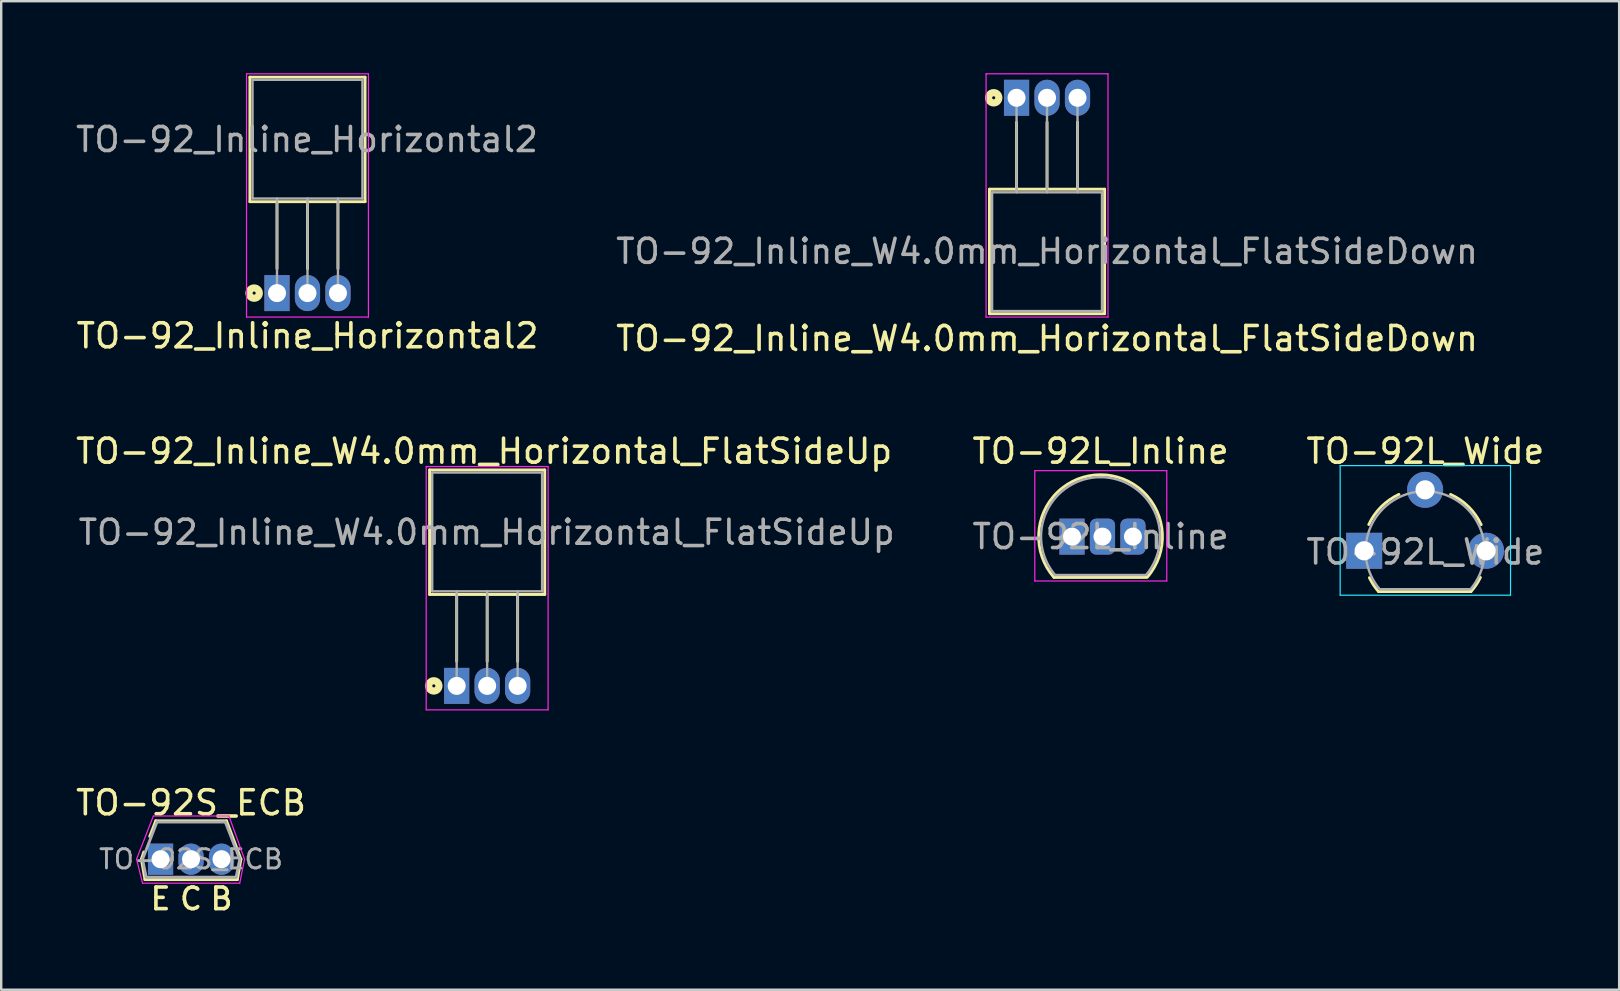
<source format=kicad_pcb>
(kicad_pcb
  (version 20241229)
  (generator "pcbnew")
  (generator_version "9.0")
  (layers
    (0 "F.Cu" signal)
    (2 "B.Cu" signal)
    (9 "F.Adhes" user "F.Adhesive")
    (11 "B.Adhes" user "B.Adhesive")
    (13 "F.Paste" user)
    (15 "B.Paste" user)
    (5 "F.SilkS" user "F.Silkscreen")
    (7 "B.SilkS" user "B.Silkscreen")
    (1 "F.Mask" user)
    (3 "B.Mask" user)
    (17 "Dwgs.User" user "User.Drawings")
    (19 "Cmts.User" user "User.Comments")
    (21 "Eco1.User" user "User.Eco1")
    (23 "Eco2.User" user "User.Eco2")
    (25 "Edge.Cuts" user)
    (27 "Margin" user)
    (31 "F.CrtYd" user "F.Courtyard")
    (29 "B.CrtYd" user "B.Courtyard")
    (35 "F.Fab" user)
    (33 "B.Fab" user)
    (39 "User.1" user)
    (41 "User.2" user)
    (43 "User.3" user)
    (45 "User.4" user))
  (footprint "TO-92_Inline_W4.0mm_Horizontal_FlatSideDown"
    (layer "F.Cu")
    (at 39.315 1.025)
    (property "Reference" "TO-92_Inline_W4.0mm_Horizontal_FlatSideDown" (at 1.27 10.033 0) (layer "F.SilkS") (effects (font (size 1 1) (thickness 0.15))))
    (attr through_hole)
    (fp_line (start -1.13 3.81) (end 3.67 3.81) (stroke (width 0.12) (type solid)) (layer "F.SilkS"))
    (fp_line (start -1.13 9) (end -1.13 3.81) (stroke (width 0.12) (type solid)) (layer "F.SilkS"))
    (fp_line (start 0 1.02) (end 0 3.81) (stroke (width 0.12) (type solid)) (layer "F.SilkS"))
    (fp_line (start 1.27 1.02) (end 1.27 3.81) (stroke (width 0.12) (type solid)) (layer "F.SilkS"))
    (fp_line (start 2.54 1.02) (end 2.54 3.81) (stroke (width 0.12) (type solid)) (layer "F.SilkS"))
    (fp_line (start 3.67 3.81) (end 3.67 9) (stroke (width 0.12) (type solid)) (layer "F.SilkS"))
    (fp_line (start 3.67 9) (end -1.13 9) (stroke (width 0.12) (type solid)) (layer "F.SilkS"))
    (fp_circle (center -0.953 0) (end -0.889 0) (stroke (width 0.3) (type solid)) (fill no) (layer "F.SilkS"))
    (fp_line (start -1.27 -1) (end -1.27 9.14) (stroke (width 0.05) (type solid)) (layer "F.CrtYd"))
    (fp_line (start -1.27 -1) (end 3.81 -1) (stroke (width 0.05) (type solid)) (layer "F.CrtYd"))
    (fp_line (start 3.81 9.14) (end -1.27 9.14) (stroke (width 0.05) (type solid)) (layer "F.CrtYd"))
    (fp_line (start 3.81 9.14) (end 3.81 -1) (stroke (width 0.05) (type solid)) (layer "F.CrtYd"))
    (fp_line (start -1.02 3.94) (end 3.56 3.94) (stroke (width 0.1) (type solid)) (layer "F.Fab"))
    (fp_line (start -1.02 8.89) (end -1.02 3.94) (stroke (width 0.1) (type solid)) (layer "F.Fab"))
    (fp_line (start 0 3.94) (end 0 0) (stroke (width 0.1) (type solid)) (layer "F.Fab"))
    (fp_line (start 1.27 3.94) (end 1.27 0) (stroke (width 0.1) (type solid)) (layer "F.Fab"))
    (fp_line (start 2.54 3.94) (end 2.54 0) (stroke (width 0.1) (type solid)) (layer "F.Fab"))
    (fp_line (start 3.56 3.94) (end 3.56 8.89) (stroke (width 0.1) (type solid)) (layer "F.Fab"))
    (fp_line (start 3.56 8.89) (end -1.02 8.89) (stroke (width 0.1) (type solid)) (layer "F.Fab"))
    (fp_text user "${REFERENCE}" (at 1.27 6.4 0) (layer "F.Fab") (effects (font (size 1 1) (thickness 0.15))))
    (pad "1" thru_hole rect (at 0 0) (size 1.05 1.5) (drill 0.75) (layers "*.Cu" "*.Mask"))
    (pad "2" thru_hole oval (at 1.27 0) (size 1.05 1.5) (drill 0.75) (layers "*.Cu" "*.Mask"))
    (pad "3" thru_hole oval (at 2.54 0) (size 1.05 1.5) (drill 0.75) (layers "*.Cu" "*.Mask")))
  (footprint "TO-92_Inline_Horizontal2"
    (layer "F.Cu")
    (at 8.494 9.165)
    (property "Reference" "TO-92_Inline_Horizontal2" (at 1.27 1.78 0) (layer "F.SilkS") (effects (font (size 1 1) (thickness 0.15))))
    (attr through_hole)
    (fp_line (start -1.13 -9) (end -1.13 -3.81) (stroke (width 0.12) (type solid)) (layer "F.SilkS"))
    (fp_line (start -1.13 -3.81) (end 3.67 -3.81) (stroke (width 0.12) (type solid)) (layer "F.SilkS"))
    (fp_line (start 0 -1.02) (end 0 -3.81) (stroke (width 0.12) (type solid)) (layer "F.SilkS"))
    (fp_line (start 1.27 -1.02) (end 1.27 -3.81) (stroke (width 0.12) (type solid)) (layer "F.SilkS"))
    (fp_line (start 2.54 -1.02) (end 2.54 -3.81) (stroke (width 0.12) (type solid)) (layer "F.SilkS"))
    (fp_line (start 3.67 -9) (end -1.13 -9) (stroke (width 0.12) (type solid)) (layer "F.SilkS"))
    (fp_line (start 3.67 -3.81) (end 3.67 -9) (stroke (width 0.12) (type solid)) (layer "F.SilkS"))
    (fp_circle (center -0.953 0) (end -0.889 0) (stroke (width 0.3) (type solid)) (fill no) (layer "F.SilkS"))
    (fp_line (start -1.27 -9.14) (end -1.27 1) (stroke (width 0.05) (type solid)) (layer "F.CrtYd"))
    (fp_line (start -1.27 -9.14) (end 3.81 -9.14) (stroke (width 0.05) (type solid)) (layer "F.CrtYd"))
    (fp_line (start 3.81 1) (end -1.27 1) (stroke (width 0.05) (type solid)) (layer "F.CrtYd"))
    (fp_line (start 3.81 1) (end 3.81 -9.14) (stroke (width 0.05) (type solid)) (layer "F.CrtYd"))
    (fp_line (start -1.02 -8.89) (end -1.02 -3.94) (stroke (width 0.1) (type solid)) (layer "F.Fab"))
    (fp_line (start -1.02 -3.94) (end 3.56 -3.94) (stroke (width 0.1) (type solid)) (layer "F.Fab"))
    (fp_line (start 0 -3.94) (end 0 0) (stroke (width 0.1) (type solid)) (layer "F.Fab"))
    (fp_line (start 1.27 -3.94) (end 1.27 0) (stroke (width 0.1) (type solid)) (layer "F.Fab"))
    (fp_line (start 2.54 -3.94) (end 2.54 0) (stroke (width 0.1) (type solid)) (layer "F.Fab"))
    (fp_line (start 3.56 -8.89) (end -1.02 -8.89) (stroke (width 0.1) (type solid)) (layer "F.Fab"))
    (fp_line (start 3.56 -3.94) (end 3.56 -8.89) (stroke (width 0.1) (type solid)) (layer "F.Fab"))
    (fp_text user "${REFERENCE}" (at 1.25 -6.4 0) (layer "F.Fab") (effects (font (size 1 1) (thickness 0.15))))
    (pad "1" thru_hole rect (at 0 0) (size 1.05 1.5) (drill 0.75) (layers "*.Cu" "*.Mask"))
    (pad "2" thru_hole oval (at 1.27 0) (size 1.05 1.5) (drill 0.75) (layers "*.Cu" "*.Mask"))
    (pad "3" thru_hole oval (at 2.54 0) (size 1.05 1.5) (drill 0.75) (layers "*.Cu" "*.Mask")))
  (footprint "TO-92L_Wide"
    (layer "F.Cu")
    (at 53.801 19.904)
    (property "Reference" "TO-92L_Wide" (at 2.55 -4.15 0) (layer "F.SilkS") (effects (font (size 1 1) (thickness 0.15))))
    (attr through_hole)
    (fp_line (start 0.6 1.7) (end 4.45 1.7) (stroke (width 0.12) (type solid)) (layer "F.SilkS"))
    (fp_arc (start 0.192226 -1.094786) (mid 0.710119 -1.833613) (end 1.45 -2.35) (stroke (width 0.12) (type solid)) (layer "F.SilkS"))
    (fp_arc (start 0.6 1.7) (mid 0.389183 1.423933) (end 0.217369 1.122045) (stroke (width 0.12) (type solid)) (layer "F.SilkS"))
    (fp_arc (start 3.6 -2.35) (mid 4.351408 -1.834367) (end 4.876463 -1.089513) (stroke (width 0.12) (type solid)) (layer "F.SilkS"))
    (fp_arc (start 4.842383 1.112264) (mid 4.666594 1.419753) (end 4.45 1.7) (stroke (width 0.12) (type solid)) (layer "F.SilkS"))
    (fp_line (start -1 -3.55) (end -1 1.85) (stroke (width 0.05) (type solid)) (layer "B.CrtYd"))
    (fp_line (start -1 1.85) (end 6.1 1.85) (stroke (width 0.05) (type solid)) (layer "B.CrtYd"))
    (fp_line (start 6.1 -3.55) (end -1 -3.55) (stroke (width 0.05) (type solid)) (layer "B.CrtYd"))
    (fp_line (start 6.1 1.85) (end 6.1 -3.55) (stroke (width 0.05) (type solid)) (layer "B.CrtYd"))
    (fp_line (start 0.65 1.6) (end 4.4 1.6) (stroke (width 0.1) (type solid)) (layer "F.Fab"))
    (fp_arc (start 0.647182 1.602385) (mid 0.290076 -1.043188) (end 2.54 -2.48) (stroke (width 0.1) (type solid)) (layer "F.Fab"))
    (fp_arc (start 2.54 -2.48) (mid 4.787211 -1.049019) (end 4.441103 1.592547) (stroke (width 0.1) (type solid)) (layer "F.Fab"))
    (fp_text user "${REFERENCE}" (at 2.55 0.05 0) (layer "F.Fab") (effects (font (size 1 1) (thickness 0.15))))
    (pad "1" thru_hole rect (at 0 0 90) (size 1.5 1.5) (drill 0.8) (layers "*.Cu" "*.Mask"))
    (pad "2" thru_hole circle (at 2.54 -2.54 90) (size 1.5 1.5) (drill 0.8) (layers "*.Cu" "*.Mask"))
    (pad "3" thru_hole circle (at 5.08 0 90) (size 1.5 1.5) (drill 0.8) (layers "*.Cu" "*.Mask")))
  (footprint "TO-92S_ECB"
    (layer "F.Cu")
    (at 3.641 32.757)
    (property "Reference" "TO-92S_ECB" (at 1.27 -2.35 0) (layer "F.SilkS") (effects (font (size 1 1) (thickness 0.15))))
    (fp_line (start -0.8 0) (end -0.65 0.85) (stroke (width 0.12) (type solid)) (layer "F.SilkS"))
    (fp_line (start -0.7 -0.3) (end -0.8 0) (stroke (width 0.12) (type solid)) (layer "F.SilkS"))
    (fp_line (start -0.65 0.85) (end 3.2 0.85) (stroke (width 0.12) (type solid)) (layer "F.SilkS"))
    (fp_line (start -0.2 -1.6) (end -0.45 -0.95) (stroke (width 0.12) (type solid)) (layer "F.SilkS"))
    (fp_line (start 2.75 -1.6) (end -0.2 -1.6) (stroke (width 0.12) (type solid)) (layer "F.SilkS"))
    (fp_line (start 3.2 0.85) (end 3.35 0) (stroke (width 0.12) (type solid)) (layer "F.SilkS"))
    (fp_line (start 3.35 0) (end 2.75 -1.6) (stroke (width 0.12) (type solid)) (layer "F.SilkS"))
    (fp_line (start -1 0) (end -0.75 1) (stroke (width 0.05) (type solid)) (layer "F.CrtYd"))
    (fp_line (start -0.75 1) (end 3.3 1) (stroke (width 0.05) (type solid)) (layer "F.CrtYd"))
    (fp_line (start -0.3 -1.8) (end -1 0) (stroke (width 0.05) (type solid)) (layer "F.CrtYd"))
    (fp_line (start 2.85 -1.8) (end -0.3 -1.8) (stroke (width 0.05) (type solid)) (layer "F.CrtYd"))
    (fp_line (start 3.3 1) (end 3.5 0) (stroke (width 0.05) (type solid)) (layer "F.CrtYd"))
    (fp_line (start 3.5 0) (end 2.85 -1.8) (stroke (width 0.05) (type solid)) (layer "F.CrtYd"))
    (fp_line (start -0.75 0) (end -0.15 -1.55) (stroke (width 0.12) (type solid)) (layer "F.Fab"))
    (fp_line (start -0.6 0.75) (end -0.75 0) (stroke (width 0.12) (type solid)) (layer "F.Fab"))
    (fp_line (start -0.6 0.75) (end 3.15 0.75) (stroke (width 0.12) (type solid)) (layer "F.Fab"))
    (fp_line (start -0.15 -1.55) (end 2.7 -1.55) (stroke (width 0.12) (type solid)) (layer "F.Fab"))
    (fp_line (start 3.15 0.75) (end 3.3 0) (stroke (width 0.12) (type solid)) (layer "F.Fab"))
    (fp_line (start 3.3 0) (end 2.7 -1.55) (stroke (width 0.12) (type solid)) (layer "F.Fab"))
    (fp_text user "C" (at 1.27 1.651 0) (unlocked yes) (layer "F.SilkS") (effects (font (size 0.9 0.9) (thickness 0.15))))
    (fp_text user "B" (at 2.54 1.651 0) (unlocked yes) (layer "F.SilkS") (effects (font (size 0.9 0.9) (thickness 0.15))))
    (fp_text user "E" (at 0 1.651 0) (unlocked yes) (layer "F.SilkS") (effects (font (size 0.9 0.9) (thickness 0.15))))
    (fp_text user "${REFERENCE}" (at 1.27 0 0) (layer "F.Fab") (effects (font (size 0.8 0.8) (thickness 0.12))))
    (pad "1" thru_hole rect (at 0 0 180) (size 1.05 1.3) (drill 0.75) (layers "*.Cu" "*.Mask"))
    (pad "2" thru_hole oval (at 1.27 0 180) (size 1.05 1.3) (drill 0.75) (layers "*.Cu" "*.Mask"))
    (pad "3" thru_hole oval (at 2.54 0 180) (size 1.05 1.3) (drill 0.75) (layers "*.Cu" "*.Mask")))
  (footprint "TO-92L_Inline"
    (layer "F.Cu")
    (at 41.625 19.314)
    (property "Reference" "TO-92L_Inline" (at 1.19 -3.56 0) (layer "F.SilkS") (effects (font (size 1 1) (thickness 0.15))))
    (attr through_hole)
    (fp_line (start -0.75 1.7) (end 3.1 1.7) (stroke (width 0.12) (type solid)) (layer "F.SilkS"))
    (fp_arc (start -0.75 1.7) (mid 1.183448 -2.579449) (end 3.138611 1.690122) (stroke (width 0.12) (type solid)) (layer "F.SilkS"))
    (fp_line (start -1.55 -2.75) (end -1.55 1.85) (stroke (width 0.05) (type solid)) (layer "F.CrtYd"))
    (fp_line (start -1.55 -2.75) (end 3.95 -2.75) (stroke (width 0.05) (type solid)) (layer "F.CrtYd"))
    (fp_line (start 3.95 1.85) (end -1.55 1.85) (stroke (width 0.05) (type solid)) (layer "F.CrtYd"))
    (fp_line (start 3.95 1.85) (end 3.95 -2.75) (stroke (width 0.05) (type solid)) (layer "F.CrtYd"))
    (fp_line (start -0.7 1.6) (end 3.05 1.6) (stroke (width 0.1) (type solid)) (layer "F.Fab"))
    (fp_arc (start -0.702818 1.602385) (mid -1.059924 -1.043188) (end 1.19 -2.48) (stroke (width 0.1) (type solid)) (layer "F.Fab"))
    (fp_arc (start 1.19 -2.48) (mid 3.437211 -1.049019) (end 3.091103 1.592547) (stroke (width 0.1) (type solid)) (layer "F.Fab"))
    (fp_text user "${REFERENCE}" (at 1.19 0 0) (layer "F.Fab") (effects (font (size 1 1) (thickness 0.15))))
    (pad "1" thru_hole rect (at 0 0) (size 1.05 1.5) (drill 0.75) (layers "*.Cu" "*.Mask"))
    (pad "2" thru_hole roundrect (at 1.27 0) (size 1.05 1.5) (drill 0.75) (layers "*.Cu" "*.Mask") (roundrect_rratio 0.25))
    (pad "3" thru_hole roundrect (at 2.54 0) (size 1.05 1.5) (drill 0.75) (layers "*.Cu" "*.Mask") (roundrect_rratio 0.25)))
  (footprint "TO-92_Inline_W4.0mm_Horizontal_FlatSideUp"
    (layer "F.Cu")
    (at 15.982 25.534)
    (property "Reference" "TO-92_Inline_W4.0mm_Horizontal_FlatSideUp" (at 1.143 -9.779 0) (layer "F.SilkS") (effects (font (size 1 1) (thickness 0.15))))
    (attr through_hole)
    (fp_line (start -1.13 -9) (end -1.13 -3.81) (stroke (width 0.12) (type solid)) (layer "F.SilkS"))
    (fp_line (start -1.13 -3.81) (end 3.67 -3.81) (stroke (width 0.12) (type solid)) (layer "F.SilkS"))
    (fp_line (start 0 -1.02) (end 0 -3.81) (stroke (width 0.12) (type solid)) (layer "F.SilkS"))
    (fp_line (start 1.27 -1.02) (end 1.27 -3.81) (stroke (width 0.12) (type solid)) (layer "F.SilkS"))
    (fp_line (start 2.54 -1.02) (end 2.54 -3.81) (stroke (width 0.12) (type solid)) (layer "F.SilkS"))
    (fp_line (start 3.67 -9) (end -1.13 -9) (stroke (width 0.12) (type solid)) (layer "F.SilkS"))
    (fp_line (start 3.67 -3.81) (end 3.67 -9) (stroke (width 0.12) (type solid)) (layer "F.SilkS"))
    (fp_circle (center -0.953 0) (end -0.889 0) (stroke (width 0.3) (type solid)) (fill no) (layer "F.SilkS"))
    (fp_line (start -1.27 -9.14) (end -1.27 1) (stroke (width 0.05) (type solid)) (layer "F.CrtYd"))
    (fp_line (start -1.27 -9.14) (end 3.81 -9.14) (stroke (width 0.05) (type solid)) (layer "F.CrtYd"))
    (fp_line (start 3.81 1) (end -1.27 1) (stroke (width 0.05) (type solid)) (layer "F.CrtYd"))
    (fp_line (start 3.81 1) (end 3.81 -9.14) (stroke (width 0.05) (type solid)) (layer "F.CrtYd"))
    (fp_line (start -1.02 -8.89) (end -1.02 -3.94) (stroke (width 0.1) (type solid)) (layer "F.Fab"))
    (fp_line (start -1.02 -3.94) (end 3.56 -3.94) (stroke (width 0.1) (type solid)) (layer "F.Fab"))
    (fp_line (start 0 -3.94) (end 0 0) (stroke (width 0.1) (type solid)) (layer "F.Fab"))
    (fp_line (start 1.27 -3.94) (end 1.27 0) (stroke (width 0.1) (type solid)) (layer "F.Fab"))
    (fp_line (start 2.54 -3.94) (end 2.54 0) (stroke (width 0.1) (type solid)) (layer "F.Fab"))
    (fp_line (start 3.56 -8.89) (end -1.02 -8.89) (stroke (width 0.1) (type solid)) (layer "F.Fab"))
    (fp_line (start 3.56 -3.94) (end 3.56 -8.89) (stroke (width 0.1) (type solid)) (layer "F.Fab"))
    (fp_text user "${REFERENCE}" (at 1.25 -6.4 0) (layer "F.Fab") (effects (font (size 1 1) (thickness 0.15))))
    (pad "1" thru_hole rect (at 0 0) (size 1.05 1.5) (drill 0.75) (layers "*.Cu" "*.Mask"))
    (pad "2" thru_hole oval (at 1.27 0) (size 1.05 1.5) (drill 0.75) (layers "*.Cu" "*.Mask"))
    (pad "3" thru_hole oval (at 2.54 0) (size 1.05 1.5) (drill 0.75) (layers "*.Cu" "*.Mask")))
  (gr_rect
    (start -3 -3)
    (end 64.428 38.197)
    (stroke (width 0.1) (type default))
    (fill no)
    (layer "Edge.Cuts")))
</source>
